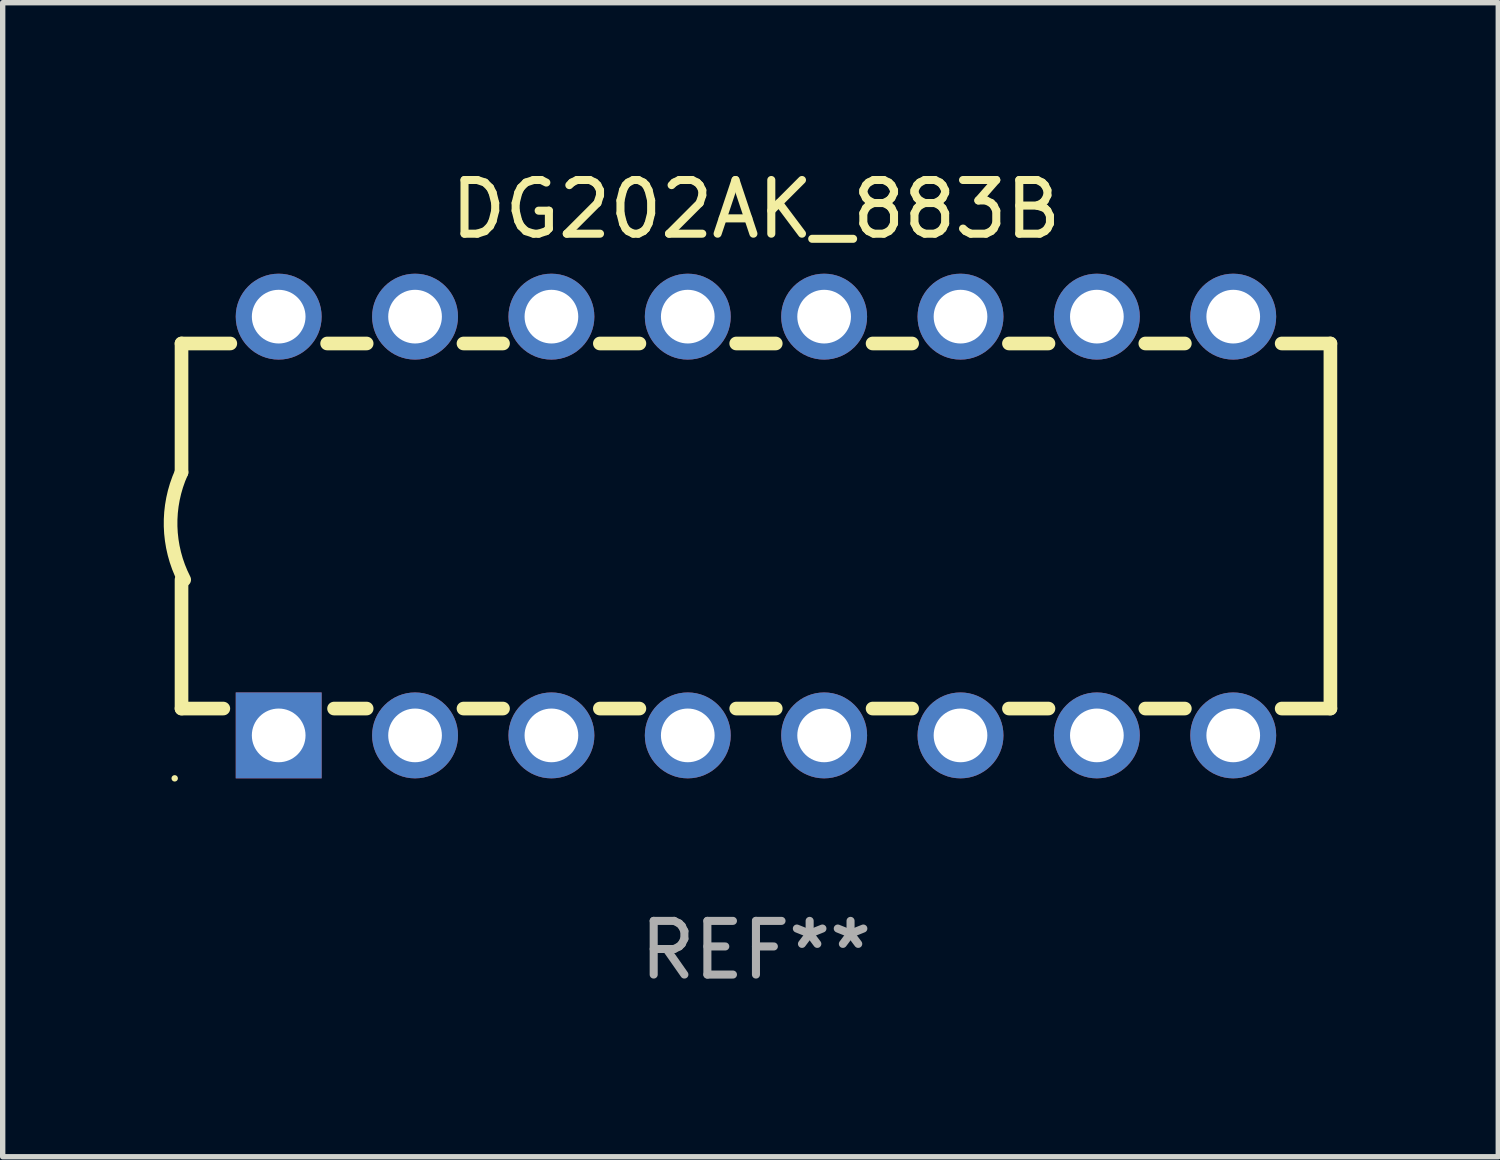
<source format=kicad_pcb>
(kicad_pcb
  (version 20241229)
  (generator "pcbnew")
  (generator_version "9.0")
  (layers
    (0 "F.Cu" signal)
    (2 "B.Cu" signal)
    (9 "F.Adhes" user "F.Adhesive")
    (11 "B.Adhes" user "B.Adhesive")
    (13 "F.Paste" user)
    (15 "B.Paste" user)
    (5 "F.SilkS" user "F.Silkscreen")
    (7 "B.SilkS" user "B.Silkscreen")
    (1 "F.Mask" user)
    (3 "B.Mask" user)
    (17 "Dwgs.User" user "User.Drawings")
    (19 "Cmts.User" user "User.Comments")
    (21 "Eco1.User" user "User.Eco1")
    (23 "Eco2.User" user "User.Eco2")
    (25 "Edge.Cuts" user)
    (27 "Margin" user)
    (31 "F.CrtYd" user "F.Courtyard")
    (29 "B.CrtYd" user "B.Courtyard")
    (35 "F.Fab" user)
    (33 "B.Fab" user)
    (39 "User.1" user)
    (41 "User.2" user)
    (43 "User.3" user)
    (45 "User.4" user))
  (footprint "DG202AK_883B"
    (layer "F.Cu")
    (at 11.031 6.748)
    (property "Reference" "DG202AK_883B" (at 0 -5.9 0) (layer "F.SilkS") (effects (font (size 1 1) (thickness 0.15))))
    (attr through_hole)
    (fp_line (start -10.7 -3.4) (end -9.791 -3.4) (stroke (width 0.254) (type solid)) (layer "F.SilkS"))
    (fp_line (start -10.7 -0.998) (end -10.7 -3.4) (stroke (width 0.254) (type solid)) (layer "F.SilkS"))
    (fp_line (start -10.7 3.4) (end -10.7 1) (stroke (width 0.254) (type solid)) (layer "F.SilkS"))
    (fp_line (start -10.7 3.4) (end -9.921 3.4) (stroke (width 0.254) (type solid)) (layer "F.SilkS"))
    (fp_line (start -7.988 -3.4) (end -7.251 -3.4) (stroke (width 0.254) (type solid)) (layer "F.SilkS"))
    (fp_line (start -7.859 3.4) (end -7.251 3.4) (stroke (width 0.254) (type solid)) (layer "F.SilkS"))
    (fp_line (start -5.448 -3.4) (end -4.711 -3.4) (stroke (width 0.254) (type solid)) (layer "F.SilkS"))
    (fp_line (start -5.448 3.4) (end -4.711 3.4) (stroke (width 0.254) (type solid)) (layer "F.SilkS"))
    (fp_line (start -2.908 -3.4) (end -2.171 -3.4) (stroke (width 0.254) (type solid)) (layer "F.SilkS"))
    (fp_line (start -2.908 3.4) (end -2.171 3.4) (stroke (width 0.254) (type solid)) (layer "F.SilkS"))
    (fp_line (start -0.368 -3.4) (end 0.369 -3.4) (stroke (width 0.254) (type solid)) (layer "F.SilkS"))
    (fp_line (start -0.368 3.4) (end 0.369 3.4) (stroke (width 0.254) (type solid)) (layer "F.SilkS"))
    (fp_line (start 2.172 -3.4) (end 2.909 -3.4) (stroke (width 0.254) (type solid)) (layer "F.SilkS"))
    (fp_line (start 2.172 3.4) (end 2.909 3.4) (stroke (width 0.254) (type solid)) (layer "F.SilkS"))
    (fp_line (start 4.712 -3.4) (end 5.449 -3.4) (stroke (width 0.254) (type solid)) (layer "F.SilkS"))
    (fp_line (start 4.712 3.4) (end 5.449 3.4) (stroke (width 0.254) (type solid)) (layer "F.SilkS"))
    (fp_line (start 7.252 -3.4) (end 7.989 -3.4) (stroke (width 0.254) (type solid)) (layer "F.SilkS"))
    (fp_line (start 7.252 3.4) (end 7.989 3.4) (stroke (width 0.254) (type solid)) (layer "F.SilkS"))
    (fp_line (start 9.792 -3.4) (end 10.7 -3.4) (stroke (width 0.254) (type solid)) (layer "F.SilkS"))
    (fp_line (start 9.792 3.4) (end 10.7 3.4) (stroke (width 0.254) (type solid)) (layer "F.SilkS"))
    (fp_line (start 10.7 3.4) (end 10.7 -3.4) (stroke (width 0.254) (type solid)) (layer "F.SilkS"))
    (fp_arc (start -10.649962 0.99995) (mid -10.90314 0.005668) (end -10.699975 -1.000025) (stroke (width 0.254001) (type solid)) (layer "F.SilkS"))
    (fp_circle (center -10.827 4.7) (end -10.797 4.7) (stroke (width 0.06) (type solid)) (fill no) (layer "F.SilkS"))
    (fp_text user "REF**" (at 0 7.9 0) (layer "F.Fab") (effects (font (size 1 1) (thickness 0.15))))
    (pad "1" thru_hole rect (at -8.89 3.9 90) (size 1.6 1.6) (drill 1) (layers "*.Cu" "*.Mask"))
    (pad "2" thru_hole circle (at -6.35 3.9) (size 1.6 1.6) (drill 1) (layers "*.Cu" "*.Mask"))
    (pad "3" thru_hole circle (at -3.81 3.9) (size 1.6 1.6) (drill 1) (layers "*.Cu" "*.Mask"))
    (pad "4" thru_hole circle (at -1.27 3.9) (size 1.6 1.6) (drill 1) (layers "*.Cu" "*.Mask"))
    (pad "5" thru_hole circle (at 1.27 3.9) (size 1.6 1.6) (drill 1) (layers "*.Cu" "*.Mask"))
    (pad "6" thru_hole circle (at 3.81 3.9) (size 1.6 1.6) (drill 1) (layers "*.Cu" "*.Mask"))
    (pad "7" thru_hole circle (at 6.35 3.9) (size 1.6 1.6) (drill 1) (layers "*.Cu" "*.Mask"))
    (pad "8" thru_hole circle (at 8.89 3.9) (size 1.6 1.6) (drill 1) (layers "*.Cu" "*.Mask"))
    (pad "9" thru_hole circle (at 8.89 -3.9) (size 1.6 1.6) (drill 1) (layers "*.Cu" "*.Mask"))
    (pad "10" thru_hole circle (at 6.35 -3.9) (size 1.6 1.6) (drill 1) (layers "*.Cu" "*.Mask"))
    (pad "11" thru_hole circle (at 3.81 -3.9) (size 1.6 1.6) (drill 1) (layers "*.Cu" "*.Mask"))
    (pad "12" thru_hole circle (at 1.27 -3.9) (size 1.6 1.6) (drill 1) (layers "*.Cu" "*.Mask"))
    (pad "13" thru_hole circle (at -1.27 -3.9) (size 1.6 1.6) (drill 1) (layers "*.Cu" "*.Mask"))
    (pad "14" thru_hole circle (at -3.81 -3.9) (size 1.6 1.6) (drill 1) (layers "*.Cu" "*.Mask"))
    (pad "15" thru_hole circle (at -6.35 -3.9) (size 1.6 1.6) (drill 1) (layers "*.Cu" "*.Mask"))
    (pad "16" thru_hole circle (at -8.89 -3.9) (size 1.6 1.6) (drill 1) (layers "*.Cu" "*.Mask")))
  (gr_rect
    (start -3 -3)
    (end 24.858 18.496)
    (stroke (width 0.1) (type default))
    (fill no)
    (layer "Edge.Cuts")))
</source>
